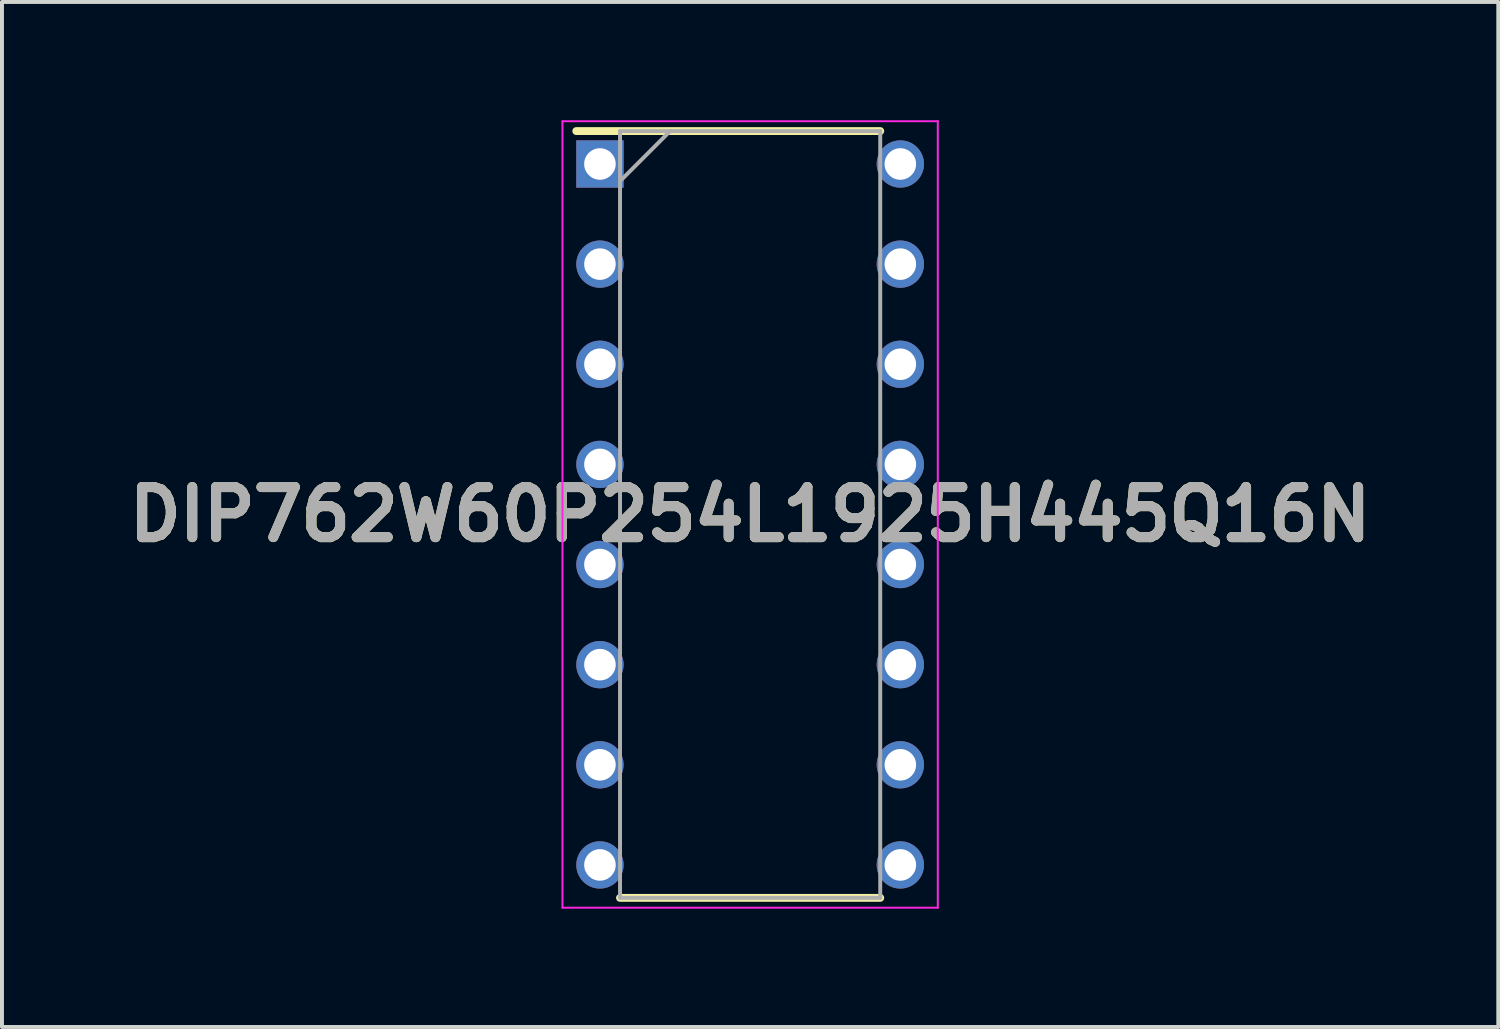
<source format=kicad_pcb>
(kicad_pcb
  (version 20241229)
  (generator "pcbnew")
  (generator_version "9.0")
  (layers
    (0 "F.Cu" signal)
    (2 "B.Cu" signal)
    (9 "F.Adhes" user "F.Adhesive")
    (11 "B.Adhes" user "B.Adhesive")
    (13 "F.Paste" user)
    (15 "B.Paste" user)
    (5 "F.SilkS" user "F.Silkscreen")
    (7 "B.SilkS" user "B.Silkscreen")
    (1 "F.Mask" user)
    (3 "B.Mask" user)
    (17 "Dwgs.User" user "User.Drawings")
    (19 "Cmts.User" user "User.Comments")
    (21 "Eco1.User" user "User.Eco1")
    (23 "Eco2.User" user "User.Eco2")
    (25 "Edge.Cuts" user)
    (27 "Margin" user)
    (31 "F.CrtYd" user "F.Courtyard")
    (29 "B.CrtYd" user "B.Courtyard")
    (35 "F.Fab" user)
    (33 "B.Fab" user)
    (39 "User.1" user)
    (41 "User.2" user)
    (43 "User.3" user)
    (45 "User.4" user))
  (footprint "DIP762W60P254L1925H445Q16N"
    (layer "F.Cu")
    (at 15.978 10)
    (property "Reference" "DIP762W60P254L1925H445Q16N" (at 0 0 0) (layer "F.SilkS") (effects (font (size 1.27 1.27) (thickness 0.254))))
    (attr through_hole)
    (fp_line (start -4.41 -9.725) (end 3.3 -9.725) (stroke (width 0.2) (type solid)) (layer "F.SilkS"))
    (fp_line (start -3.3 9.725) (end 3.3 9.725) (stroke (width 0.2) (type solid)) (layer "F.SilkS"))
    (fp_line (start -4.76 -9.975) (end 4.76 -9.975) (stroke (width 0.05) (type solid)) (layer "F.CrtYd"))
    (fp_line (start -4.76 9.975) (end -4.76 -9.975) (stroke (width 0.05) (type solid)) (layer "F.CrtYd"))
    (fp_line (start 4.76 -9.975) (end 4.76 9.975) (stroke (width 0.05) (type solid)) (layer "F.CrtYd"))
    (fp_line (start 4.76 9.975) (end -4.76 9.975) (stroke (width 0.05) (type solid)) (layer "F.CrtYd"))
    (fp_line (start -3.3 -9.725) (end 3.3 -9.725) (stroke (width 0.1) (type solid)) (layer "F.Fab"))
    (fp_line (start -3.3 -8.455) (end -2.03 -9.725) (stroke (width 0.1) (type solid)) (layer "F.Fab"))
    (fp_line (start -3.3 9.725) (end -3.3 -9.725) (stroke (width 0.1) (type solid)) (layer "F.Fab"))
    (fp_line (start 3.3 -9.725) (end 3.3 9.725) (stroke (width 0.1) (type solid)) (layer "F.Fab"))
    (fp_line (start 3.3 9.725) (end -3.3 9.725) (stroke (width 0.1) (type solid)) (layer "F.Fab"))
    (fp_text user "${REFERENCE}" (at 0 0 0) (layer "F.Fab") (effects (font (size 1.27 1.27) (thickness 0.254))))
    (pad "1" thru_hole rect (at -3.81 -8.89) (size 1.2 1.2) (drill 0.8) (layers "*.Cu" "*.Mask"))
    (pad "2" thru_hole circle (at -3.81 -6.35) (size 1.2 1.2) (drill 0.8) (layers "*.Cu" "*.Mask"))
    (pad "3" thru_hole circle (at -3.81 -3.81) (size 1.2 1.2) (drill 0.8) (layers "*.Cu" "*.Mask"))
    (pad "4" thru_hole circle (at -3.81 -1.27) (size 1.2 1.2) (drill 0.8) (layers "*.Cu" "*.Mask"))
    (pad "5" thru_hole circle (at -3.81 1.27) (size 1.2 1.2) (drill 0.8) (layers "*.Cu" "*.Mask"))
    (pad "6" thru_hole circle (at -3.81 3.81) (size 1.2 1.2) (drill 0.8) (layers "*.Cu" "*.Mask"))
    (pad "7" thru_hole circle (at -3.81 6.35) (size 1.2 1.2) (drill 0.8) (layers "*.Cu" "*.Mask"))
    (pad "8" thru_hole circle (at -3.81 8.89) (size 1.2 1.2) (drill 0.8) (layers "*.Cu" "*.Mask"))
    (pad "9" thru_hole circle (at 3.81 8.89) (size 1.2 1.2) (drill 0.8) (layers "*.Cu" "*.Mask"))
    (pad "10" thru_hole circle (at 3.81 6.35) (size 1.2 1.2) (drill 0.8) (layers "*.Cu" "*.Mask"))
    (pad "11" thru_hole circle (at 3.81 3.81) (size 1.2 1.2) (drill 0.8) (layers "*.Cu" "*.Mask"))
    (pad "12" thru_hole circle (at 3.81 1.27) (size 1.2 1.2) (drill 0.8) (layers "*.Cu" "*.Mask"))
    (pad "13" thru_hole circle (at 3.81 -1.27) (size 1.2 1.2) (drill 0.8) (layers "*.Cu" "*.Mask"))
    (pad "14" thru_hole circle (at 3.81 -3.81) (size 1.2 1.2) (drill 0.8) (layers "*.Cu" "*.Mask"))
    (pad "15" thru_hole circle (at 3.81 -6.35) (size 1.2 1.2) (drill 0.8) (layers "*.Cu" "*.Mask"))
    (pad "16" thru_hole circle (at 3.81 -8.89) (size 1.2 1.2) (drill 0.8) (layers "*.Cu" "*.Mask")))
  (gr_rect
    (start -3 -3)
    (end 34.956 23)
    (stroke (width 0.1) (type default))
    (fill no)
    (layer "Edge.Cuts")))
</source>
